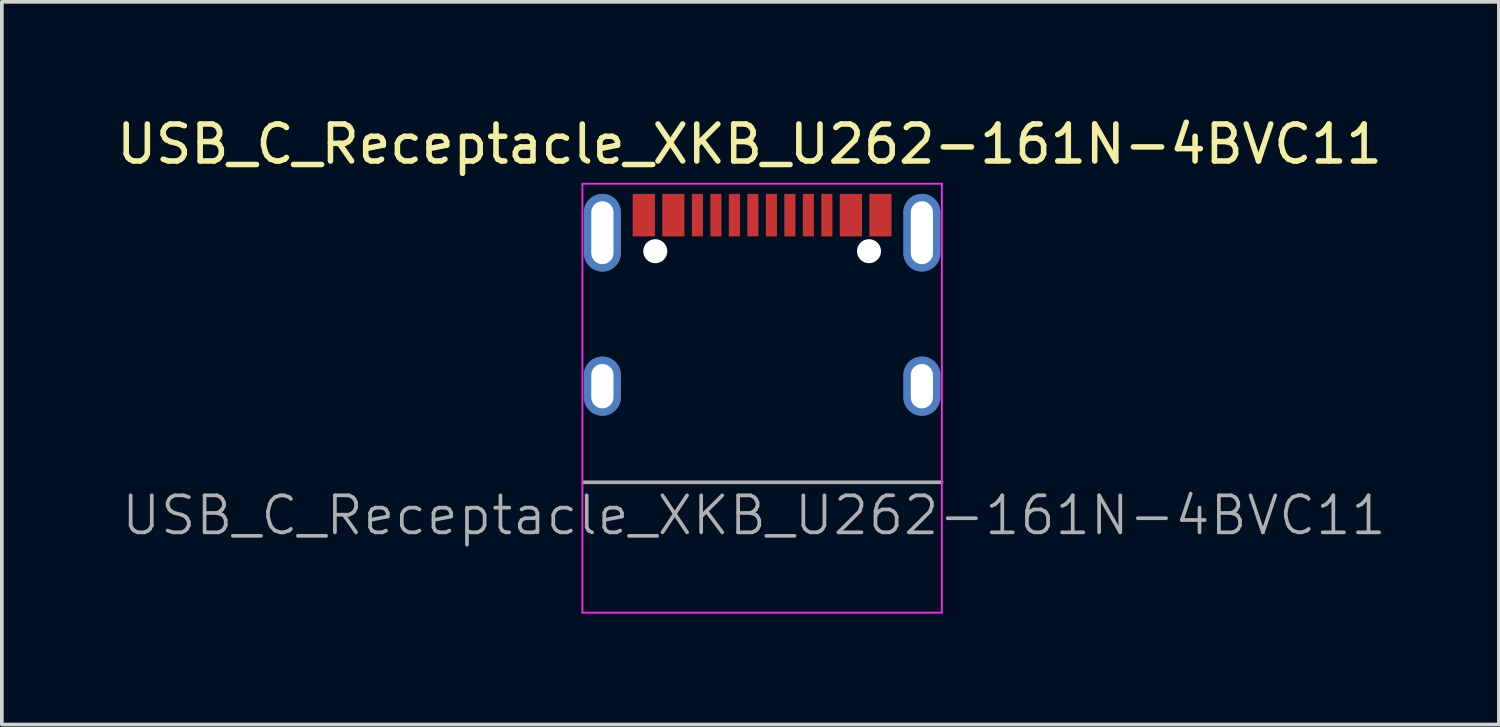
<source format=kicad_pcb>
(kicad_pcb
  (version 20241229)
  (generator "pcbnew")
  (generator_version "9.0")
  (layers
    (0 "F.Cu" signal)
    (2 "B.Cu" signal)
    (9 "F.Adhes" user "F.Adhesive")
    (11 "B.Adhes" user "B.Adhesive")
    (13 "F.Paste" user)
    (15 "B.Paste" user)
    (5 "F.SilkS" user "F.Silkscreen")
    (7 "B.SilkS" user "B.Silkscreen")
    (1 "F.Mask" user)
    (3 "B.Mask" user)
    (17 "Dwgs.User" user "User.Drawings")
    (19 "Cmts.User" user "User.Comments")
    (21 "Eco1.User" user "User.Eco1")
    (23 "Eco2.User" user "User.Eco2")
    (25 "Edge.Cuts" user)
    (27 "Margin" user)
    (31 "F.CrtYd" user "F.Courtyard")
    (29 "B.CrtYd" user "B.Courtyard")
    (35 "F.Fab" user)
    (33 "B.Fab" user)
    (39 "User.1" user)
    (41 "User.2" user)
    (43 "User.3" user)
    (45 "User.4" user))
  (footprint "USB_C_Receptacle_XKB_U262-161N-4BVC11"
    (layer "F.Cu")
    (at 17.06 7.788)
    (property "Reference" "USB_C_Receptacle_XKB_U262-161N-4BVC11" (at 0.16 -6.94 0) (layer "F.SilkS") (effects (font (size 1 1) (thickness 0.15))))
    (attr smd)
    (fp_line (start -4.36 -5.87) (end 5.36 -5.87) (stroke (width 0.05) (type solid)) (layer "F.CrtYd"))
    (fp_line (start -4.36 5.73) (end -4.36 -5.87) (stroke (width 0.05) (type solid)) (layer "F.CrtYd"))
    (fp_line (start 5.36 -5.87) (end 5.36 5.73) (stroke (width 0.05) (type solid)) (layer "F.CrtYd"))
    (fp_line (start 5.36 5.73) (end -4.36 5.73) (stroke (width 0.05) (type solid)) (layer "F.CrtYd"))
    (fp_line (start -4.33 2.205) (end 5.35 2.205) (stroke (width 0.1) (type solid)) (layer "F.Fab"))
    (fp_text user "${REFERENCE}" (at 0.28 3.1 0) (layer "F.Fab") (effects (font (size 1 1) (thickness 0.1))))
    (pad "" np_thru_hole circle (at -2.39 -4.045) (size 0.65 0.65) (drill 0.65) (layers "*.Cu" "*.Mask"))
    (pad "" np_thru_hole circle (at 3.39 -4.045) (size 0.65 0.65) (drill 0.65) (layers "*.Cu" "*.Mask"))
    (pad "6" thru_hole oval (at -3.82 -4.545) (size 1 2.1) (drill oval 0.6 1.7) (layers "*.Cu" "*.Mask"))
    (pad "6" thru_hole oval (at -3.82 -0.395) (size 1 1.6) (drill oval 0.6 1.2) (layers "*.Cu" "*.Mask"))
    (pad "6" thru_hole oval (at 4.82 -4.545) (size 1 2.1) (drill oval 0.6 1.7) (layers "*.Cu" "*.Mask"))
    (pad "6" thru_hole oval (at 4.82 -0.395) (size 1 1.6) (drill oval 0.6 1.2) (layers "*.Cu" "*.Mask"))
    (pad "A1" smd rect (at -2.7 -5.02) (size 0.6 1.15) (layers "F.Cu" "F.Mask" "F.Paste"))
    (pad "A4" smd rect (at -1.9 -5.02) (size 0.6 1.15) (layers "F.Cu" "F.Mask" "F.Paste"))
    (pad "A5" smd rect (at -0.75 -5.02) (size 0.3 1.15) (layers "F.Cu" "F.Mask" "F.Paste"))
    (pad "A6" smd rect (at 0.25 -5.02) (size 0.3 1.15) (layers "F.Cu" "F.Mask" "F.Paste"))
    (pad "A7" smd rect (at 0.75 -5.02) (size 0.3 1.15) (layers "F.Cu" "F.Mask" "F.Paste"))
    (pad "A8" smd rect (at 1.75 -5.02) (size 0.3 1.15) (layers "F.Cu" "F.Mask" "F.Paste"))
    (pad "A9" smd rect (at 2.9 -5.02) (size 0.6 1.15) (layers "F.Cu" "F.Mask" "F.Paste"))
    (pad "A12" smd rect (at 3.7 -5.02) (size 0.6 1.15) (layers "F.Cu" "F.Mask" "F.Paste"))
    (pad "B5" smd rect (at 2.25 -5.02) (size 0.3 1.15) (layers "F.Cu" "F.Mask" "F.Paste"))
    (pad "B6" smd rect (at 1.25 -5.02) (size 0.3 1.15) (layers "F.Cu" "F.Mask" "F.Paste"))
    (pad "B7" smd rect (at -0.25 -5.02) (size 0.3 1.15) (layers "F.Cu" "F.Mask" "F.Paste"))
    (pad "B8" smd rect (at -1.25 -5.02) (size 0.3 1.15) (layers "F.Cu" "F.Mask" "F.Paste")))
  (gr_rect
    (start -3 -3)
    (end 37.485 16.543)
    (stroke (width 0.1) (type default))
    (fill no)
    (layer "Edge.Cuts")))
</source>
